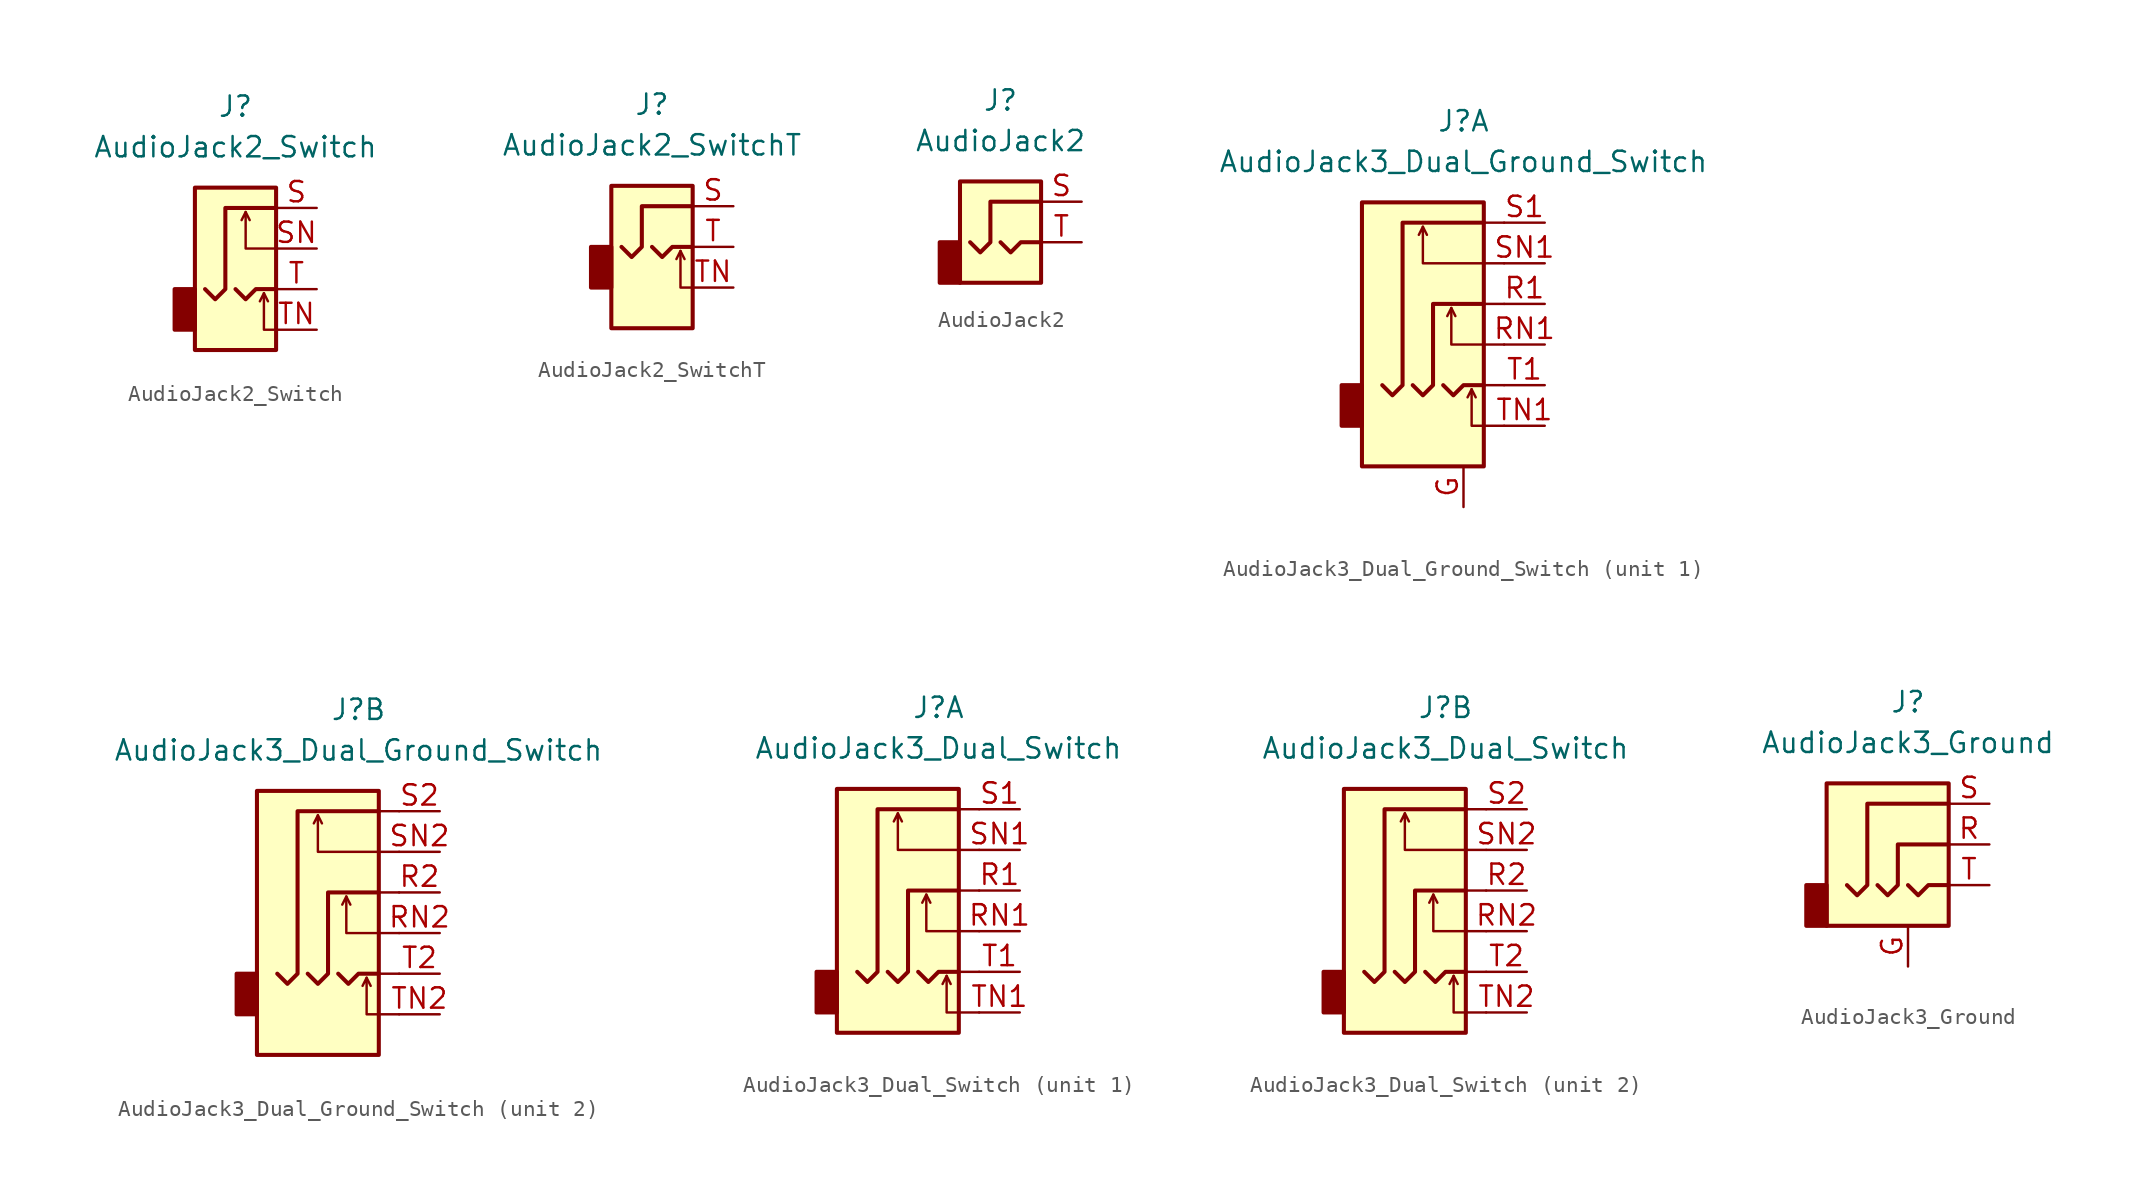
<source format=kicad_sym>
(kicad_symbol_lib
  (version 20201005)
  (generator kicad_symbol_editor)
  (symbol "Connector:AudioJack2_Switch"
    (property "Reference" "J"
      (at 0 11.43 0)
      (effects (font (size 1.27 1.27))))
    (property "Value" "AudioJack2_Switch"
      (at 0 8.89 0)
      (effects (font (size 1.27 1.27))))
    (symbol "AudioJack2_Switch_0_1"
      (rectangle (start -2.54 0) (end -3.81 -2.54) (stroke (width 0.254)) (fill (type outline)))
      (rectangle (start 2.54 6.35) (end -2.54 -3.81) (stroke (width 0.254)) (fill (type background))))
    (symbol "AudioJack2_Switch_1_1"
      (polyline (pts (xy 0.635 4.826) (xy 0.889 4.318)) (stroke (width 0)) (fill (type none)))
      (polyline (pts (xy 1.778 -0.254) (xy 2.032 -0.762)) (stroke (width 0)) (fill (type none)))
      (polyline (pts (xy 0 0) (xy 0.635 -0.635) (xy 1.27 0) (xy 2.54 0)) (stroke (width 0.254)) (fill (type none)))
      (polyline (pts (xy 2.54 -2.54) (xy 1.778 -2.54) (xy 1.778 -0.254) (xy 1.524 -0.762)) (stroke (width 0)) (fill (type none)))
      (polyline (pts (xy 2.54 2.54) (xy 0.635 2.54) (xy 0.635 4.826) (xy 0.381 4.318)) (stroke (width 0)) (fill (type none)))
      (polyline (pts (xy 2.54 5.08) (xy -0.635 5.08) (xy -0.635 0) (xy -1.27 -0.635) (xy -1.905 0)) (stroke (width 0.254)) (fill (type none)))
      (pin passive line (at 5.08 5.08 180) (length 2.54) (name "~" (effects (font (size 1.27 1.27)))) (number "S" (effects (font (size 1.27 1.27)))))
      (pin passive line (at 5.08 2.54 180) (length 2.54) (name "~" (effects (font (size 1.27 1.27)))) (number "SN" (effects (font (size 1.27 1.27)))))
      (pin passive line (at 5.08 0 180) (length 2.54) (name "~" (effects (font (size 1.27 1.27)))) (number "T" (effects (font (size 1.27 1.27)))))
      (pin passive line (at 5.08 -2.54 180) (length 2.54) (name "~" (effects (font (size 1.27 1.27)))) (number "TN" (effects (font (size 1.27 1.27)))))))
  (symbol "Connector:AudioJack2_SwitchT"
    (property "Reference" "J"
      (at 0 8.89 0)
      (effects (font (size 1.27 1.27))))
    (property "Value" "AudioJack2_SwitchT"
      (at 0 6.35 0)
      (effects (font (size 1.27 1.27))))
    (symbol "AudioJack2_SwitchT_0_1"
      (rectangle (start -2.54 0) (end -3.81 -2.54) (stroke (width 0.254)) (fill (type outline)))
      (rectangle (start 2.54 3.81) (end -2.54 -5.08) (stroke (width 0.254)) (fill (type background)))
      (polyline (pts (xy 1.778 -0.254) (xy 2.032 -0.762)) (stroke (width 0)) (fill (type none)))
      (polyline (pts (xy 0 0) (xy 0.635 -0.635) (xy 1.27 0) (xy 2.54 0)) (stroke (width 0.254)) (fill (type none)))
      (polyline (pts (xy 2.54 -2.54) (xy 1.778 -2.54) (xy 1.778 -0.254) (xy 1.524 -0.762)) (stroke (width 0)) (fill (type none)))
      (polyline (pts (xy 2.54 2.54) (xy -0.635 2.54) (xy -0.635 0) (xy -1.27 -0.635) (xy -1.905 0)) (stroke (width 0.254)) (fill (type none))))
    (symbol "AudioJack2_SwitchT_1_1"
      (pin passive line (at 5.08 2.54 180) (length 2.54) (name "~" (effects (font (size 1.27 1.27)))) (number "S" (effects (font (size 1.27 1.27)))))
      (pin passive line (at 5.08 0 180) (length 2.54) (name "~" (effects (font (size 1.27 1.27)))) (number "T" (effects (font (size 1.27 1.27)))))
      (pin passive line (at 5.08 -2.54 180) (length 2.54) (name "~" (effects (font (size 1.27 1.27)))) (number "TN" (effects (font (size 1.27 1.27)))))))
  (symbol "Connector:AudioJack2"
    (property "Reference" "J"
      (at 0 8.89 0)
      (effects (font (size 1.27 1.27))))
    (property "Value" "AudioJack2"
      (at 0 6.35 0)
      (effects (font (size 1.27 1.27))))
    (symbol "AudioJack2_0_1"
      (rectangle (start -3.81 0) (end -2.54 -2.54) (stroke (width 0.254)) (fill (type outline)))
      (rectangle (start -2.54 3.81) (end 2.54 -2.54) (stroke (width 0.254)) (fill (type background)))
      (polyline (pts (xy 0 0) (xy 0.635 -0.635) (xy 1.27 0) (xy 2.54 0)) (stroke (width 0.254)) (fill (type none)))
      (polyline (pts (xy 2.54 2.54) (xy -0.635 2.54) (xy -0.635 0) (xy -1.27 -0.635) (xy -1.905 0)) (stroke (width 0.254)) (fill (type none))))
    (symbol "AudioJack2_1_1"
      (pin passive line (at 5.08 2.54 180) (length 2.54) (name "~" (effects (font (size 1.27 1.27)))) (number "S" (effects (font (size 1.27 1.27)))))
      (pin passive line (at 5.08 0 180) (length 2.54) (name "~" (effects (font (size 1.27 1.27)))) (number "T" (effects (font (size 1.27 1.27)))))))
  (symbol "Connector:AudioJack3_Dual_Ground_Switch"
    (property "Reference" "J"
      (at 0 11.43 0)
      (effects (font (size 1.27 1.27))))
    (property "Value" "AudioJack3_Dual_Ground_Switch"
      (at 0 8.89 0)
      (effects (font (size 1.27 1.27))))
    (symbol "AudioJack3_Dual_Ground_Switch_0_1"
      (rectangle (start -6.35 -5.08) (end -7.62 -7.62) (stroke (width 0.254)) (fill (type outline)))
      (rectangle (start 1.27 6.35) (end -6.35 -10.16) (stroke (width 0.254)) (fill (type background)))
      (polyline (pts (xy -2.54 4.826) (xy -2.286 4.318)) (stroke (width 0)) (fill (type none)))
      (polyline (pts (xy -0.762 -0.254) (xy -0.508 -0.762)) (stroke (width 0)) (fill (type none)))
      (polyline (pts (xy 0.508 -5.334) (xy 0.762 -5.842)) (stroke (width 0)) (fill (type none)))
      (polyline (pts (xy 1.27 0) (xy 2.54 0)) (stroke (width 0)) (fill (type none)))
      (polyline (pts (xy 2.54 -5.08) (xy 1.27 -5.08)) (stroke (width 0)) (fill (type none)))
      (polyline (pts (xy 2.54 5.08) (xy 1.27 5.08)) (stroke (width 0)) (fill (type none)))
      (polyline (pts (xy -1.27 -5.08) (xy -0.635 -5.715) (xy 0 -5.08) (xy 1.27 -5.08)) (stroke (width 0.254)) (fill (type none)))
      (polyline (pts (xy 2.54 -7.62) (xy 0.508 -7.62) (xy 0.508 -5.334) (xy 0.254 -5.842)) (stroke (width 0)) (fill (type none)))
      (polyline (pts (xy 2.54 -2.54) (xy -0.762 -2.54) (xy -0.762 -0.254) (xy -1.016 -0.762)) (stroke (width 0)) (fill (type none)))
      (polyline (pts (xy 2.54 2.54) (xy -2.54 2.54) (xy -2.54 4.826) (xy -2.794 4.318)) (stroke (width 0)) (fill (type none)))
      (polyline (pts (xy -3.175 -5.08) (xy -2.54 -5.715) (xy -1.905 -5.08) (xy -1.905 0) (xy 1.27 0)) (stroke (width 0.254)) (fill (type none)))
      (polyline (pts (xy 1.27 5.08) (xy -3.81 5.08) (xy -3.81 -5.08) (xy -4.445 -5.715) (xy -5.08 -5.08)) (stroke (width 0.254)) (fill (type none))))
    (symbol "AudioJack3_Dual_Ground_Switch_1_1"
      (pin passive line (at 0 -12.7 90) (length 2.54) (name "~" (effects (font (size 1.27 1.27)))) (number "G" (effects (font (size 1.27 1.27)))))
      (pin passive line (at 5.08 0 180) (length 2.54) (name "~" (effects (font (size 1.27 1.27)))) (number "R1" (effects (font (size 1.27 1.27)))))
      (pin passive line (at 5.08 -2.54 180) (length 2.54) (name "~" (effects (font (size 1.27 1.27)))) (number "RN1" (effects (font (size 1.27 1.27)))))
      (pin passive line (at 5.08 5.08 180) (length 2.54) (name "~" (effects (font (size 1.27 1.27)))) (number "S1" (effects (font (size 1.27 1.27)))))
      (pin passive line (at 5.08 2.54 180) (length 2.54) (name "~" (effects (font (size 1.27 1.27)))) (number "SN1" (effects (font (size 1.27 1.27)))))
      (pin passive line (at 5.08 -5.08 180) (length 2.54) (name "~" (effects (font (size 1.27 1.27)))) (number "T1" (effects (font (size 1.27 1.27)))))
      (pin passive line (at 5.08 -7.62 180) (length 2.54) (name "~" (effects (font (size 1.27 1.27)))) (number "TN1" (effects (font (size 1.27 1.27))))))
    (symbol "AudioJack3_Dual_Ground_Switch_2_1"
      (pin passive line (at 5.08 0 180) (length 2.54) (name "~" (effects (font (size 1.27 1.27)))) (number "R2" (effects (font (size 1.27 1.27)))))
      (pin passive line (at 5.08 -2.54 180) (length 2.54) (name "~" (effects (font (size 1.27 1.27)))) (number "RN2" (effects (font (size 1.27 1.27)))))
      (pin passive line (at 5.08 5.08 180) (length 2.54) (name "~" (effects (font (size 1.27 1.27)))) (number "S2" (effects (font (size 1.27 1.27)))))
      (pin passive line (at 5.08 2.54 180) (length 2.54) (name "~" (effects (font (size 1.27 1.27)))) (number "SN2" (effects (font (size 1.27 1.27)))))
      (pin passive line (at 5.08 -5.08 180) (length 2.54) (name "~" (effects (font (size 1.27 1.27)))) (number "T2" (effects (font (size 1.27 1.27)))))
      (pin passive line (at 5.08 -7.62 180) (length 2.54) (name "~" (effects (font (size 1.27 1.27)))) (number "TN2" (effects (font (size 1.27 1.27)))))))
  (symbol "Connector:AudioJack3_Dual_Switch"
    (property "Reference" "J"
      (at 0 11.43 0)
      (effects (font (size 1.27 1.27))))
    (property "Value" "AudioJack3_Dual_Switch"
      (at 0 8.89 0)
      (effects (font (size 1.27 1.27))))
    (symbol "AudioJack3_Dual_Switch_0_1"
      (rectangle (start -6.35 -5.08) (end -7.62 -7.62) (stroke (width 0.254)) (fill (type outline)))
      (rectangle (start 1.27 6.35) (end -6.35 -8.89) (stroke (width 0.254)) (fill (type background)))
      (polyline (pts (xy -2.54 4.826) (xy -2.286 4.318)) (stroke (width 0)) (fill (type none)))
      (polyline (pts (xy -0.762 -0.254) (xy -0.508 -0.762)) (stroke (width 0)) (fill (type none)))
      (polyline (pts (xy 0.508 -5.334) (xy 0.762 -5.842)) (stroke (width 0)) (fill (type none)))
      (polyline (pts (xy 1.27 0) (xy 2.54 0)) (stroke (width 0)) (fill (type none)))
      (polyline (pts (xy 2.54 -5.08) (xy 1.27 -5.08)) (stroke (width 0)) (fill (type none)))
      (polyline (pts (xy 2.54 5.08) (xy 1.27 5.08)) (stroke (width 0)) (fill (type none)))
      (polyline (pts (xy -1.27 -5.08) (xy -0.635 -5.715) (xy 0 -5.08) (xy 1.27 -5.08)) (stroke (width 0.254)) (fill (type none)))
      (polyline (pts (xy 2.54 -7.62) (xy 0.508 -7.62) (xy 0.508 -5.334) (xy 0.254 -5.842)) (stroke (width 0)) (fill (type none)))
      (polyline (pts (xy 2.54 -2.54) (xy -0.762 -2.54) (xy -0.762 -0.254) (xy -1.016 -0.762)) (stroke (width 0)) (fill (type none)))
      (polyline (pts (xy 2.54 2.54) (xy -2.54 2.54) (xy -2.54 4.826) (xy -2.794 4.318)) (stroke (width 0)) (fill (type none)))
      (polyline (pts (xy -3.175 -5.08) (xy -2.54 -5.715) (xy -1.905 -5.08) (xy -1.905 0) (xy 1.27 0)) (stroke (width 0.254)) (fill (type none)))
      (polyline (pts (xy 1.27 5.08) (xy -3.81 5.08) (xy -3.81 -5.08) (xy -4.445 -5.715) (xy -5.08 -5.08)) (stroke (width 0.254)) (fill (type none))))
    (symbol "AudioJack3_Dual_Switch_1_1"
      (pin passive line (at 5.08 0 180) (length 2.54) (name "~" (effects (font (size 1.27 1.27)))) (number "R1" (effects (font (size 1.27 1.27)))))
      (pin passive line (at 5.08 -2.54 180) (length 2.54) (name "~" (effects (font (size 1.27 1.27)))) (number "RN1" (effects (font (size 1.27 1.27)))))
      (pin passive line (at 5.08 5.08 180) (length 2.54) (name "~" (effects (font (size 1.27 1.27)))) (number "S1" (effects (font (size 1.27 1.27)))))
      (pin passive line (at 5.08 2.54 180) (length 2.54) (name "~" (effects (font (size 1.27 1.27)))) (number "SN1" (effects (font (size 1.27 1.27)))))
      (pin passive line (at 5.08 -5.08 180) (length 2.54) (name "~" (effects (font (size 1.27 1.27)))) (number "T1" (effects (font (size 1.27 1.27)))))
      (pin passive line (at 5.08 -7.62 180) (length 2.54) (name "~" (effects (font (size 1.27 1.27)))) (number "TN1" (effects (font (size 1.27 1.27))))))
    (symbol "AudioJack3_Dual_Switch_2_1"
      (pin passive line (at 5.08 0 180) (length 2.54) (name "~" (effects (font (size 1.27 1.27)))) (number "R2" (effects (font (size 1.27 1.27)))))
      (pin passive line (at 5.08 -2.54 180) (length 2.54) (name "~" (effects (font (size 1.27 1.27)))) (number "RN2" (effects (font (size 1.27 1.27)))))
      (pin passive line (at 5.08 5.08 180) (length 2.54) (name "~" (effects (font (size 1.27 1.27)))) (number "S2" (effects (font (size 1.27 1.27)))))
      (pin passive line (at 5.08 2.54 180) (length 2.54) (name "~" (effects (font (size 1.27 1.27)))) (number "SN2" (effects (font (size 1.27 1.27)))))
      (pin passive line (at 5.08 -5.08 180) (length 2.54) (name "~" (effects (font (size 1.27 1.27)))) (number "T2" (effects (font (size 1.27 1.27)))))
      (pin passive line (at 5.08 -7.62 180) (length 2.54) (name "~" (effects (font (size 1.27 1.27)))) (number "TN2" (effects (font (size 1.27 1.27)))))))
  (symbol "Connector:AudioJack3_Ground"
    (property "Reference" "J"
      (at 0 8.89 0)
      (effects (font (size 1.27 1.27))))
    (property "Value" "AudioJack3_Ground"
      (at 0 6.35 0)
      (effects (font (size 1.27 1.27))))
    (symbol "AudioJack3_Ground_0_1"
      (rectangle (start -5.08 -2.54) (end -6.35 -5.08) (stroke (width 0.254)) (fill (type outline)))
      (rectangle (start 2.54 3.81) (end -5.08 -5.08) (stroke (width 0.254)) (fill (type background)))
      (polyline (pts (xy 0 -2.54) (xy 0.635 -3.175) (xy 1.27 -2.54) (xy 2.54 -2.54)) (stroke (width 0.254)) (fill (type none)))
      (polyline (pts (xy -1.905 -2.54) (xy -1.27 -3.175) (xy -0.635 -2.54) (xy -0.635 0) (xy 2.54 0)) (stroke (width 0.254)) (fill (type none)))
      (polyline (pts (xy 2.54 2.54) (xy -2.54 2.54) (xy -2.54 -2.54) (xy -3.175 -3.175) (xy -3.81 -2.54)) (stroke (width 0.254)) (fill (type none))))
    (symbol "AudioJack3_Ground_1_1"
      (pin passive line (at 0 -7.62 90) (length 2.54) (name "~" (effects (font (size 1.27 1.27)))) (number "G" (effects (font (size 1.27 1.27)))))
      (pin passive line (at 5.08 0 180) (length 2.54) (name "~" (effects (font (size 1.27 1.27)))) (number "R" (effects (font (size 1.27 1.27)))))
      (pin passive line (at 5.08 2.54 180) (length 2.54) (name "~" (effects (font (size 1.27 1.27)))) (number "S" (effects (font (size 1.27 1.27)))))
      (pin passive line (at 5.08 -2.54 180) (length 2.54) (name "~" (effects (font (size 1.27 1.27)))) (number "T" (effects (font (size 1.27 1.27))))))))
</source>
